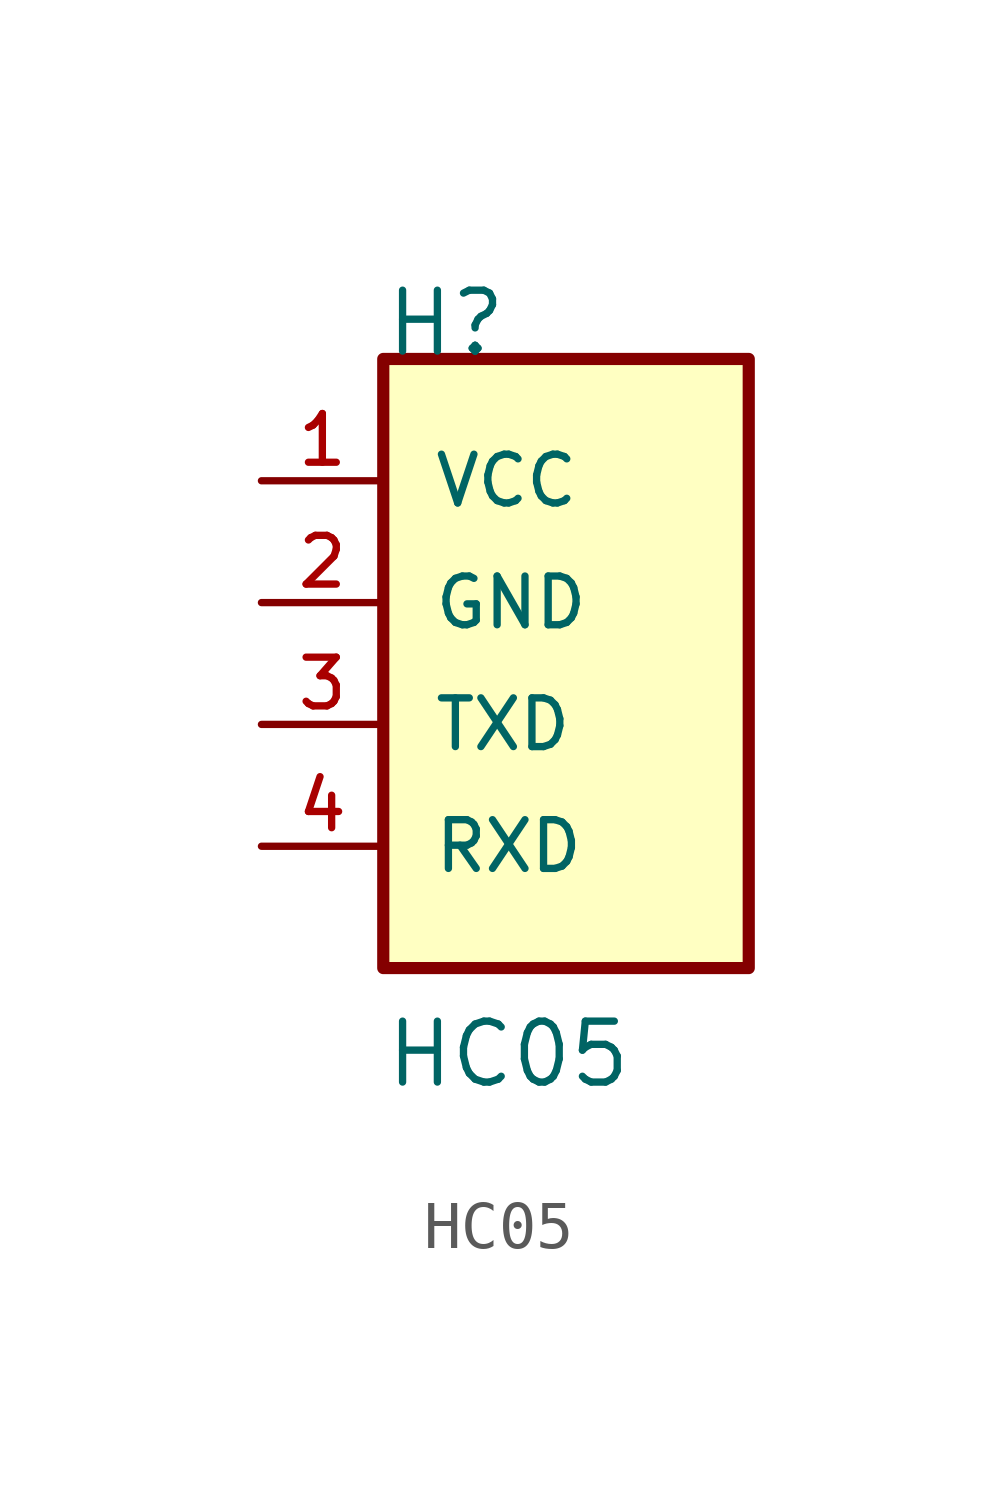
<source format=kicad_sym>
(kicad_symbol_lib
  (version 20211014)
  (generator kicad_symbol_editor)
  (symbol "HC05"
    (pin_names
      (offset 1.016))
    (property "Reference" "H"
      (at -5.08 5.08 0)
      (effects (font (size 1.27 1.27)) (justify bottom left)))
    (property "Value" "HC05"
      (at -5.08 -10.16 0)
      (effects (font (size 1.27 1.27)) (justify bottom left)))
    (symbol "HC05_0_0"
      (rectangle (start -5.08 -7.62) (end 2.54 5.08) (stroke (width 0.254)) (fill (type background)))
      (pin bidirectional line (at -7.62 2.54 0) (length 2.54) (name "VCC" (effects (font (size 1.016 1.016)))) (number "1" (effects (font (size 1.016 1.016)))))
      (pin bidirectional line (at -7.62 0.0 0) (length 2.54) (name "GND" (effects (font (size 1.016 1.016)))) (number "2" (effects (font (size 1.016 1.016)))))
      (pin bidirectional line (at -7.62 -2.54 0) (length 2.54) (name "TXD" (effects (font (size 1.016 1.016)))) (number "3" (effects (font (size 1.016 1.016)))))
      (pin bidirectional line (at -7.62 -5.08 0) (length 2.54) (name "RXD" (effects (font (size 1.016 1.016)))) (number "4" (effects (font (size 1.016 1.016))))))))
</source>
